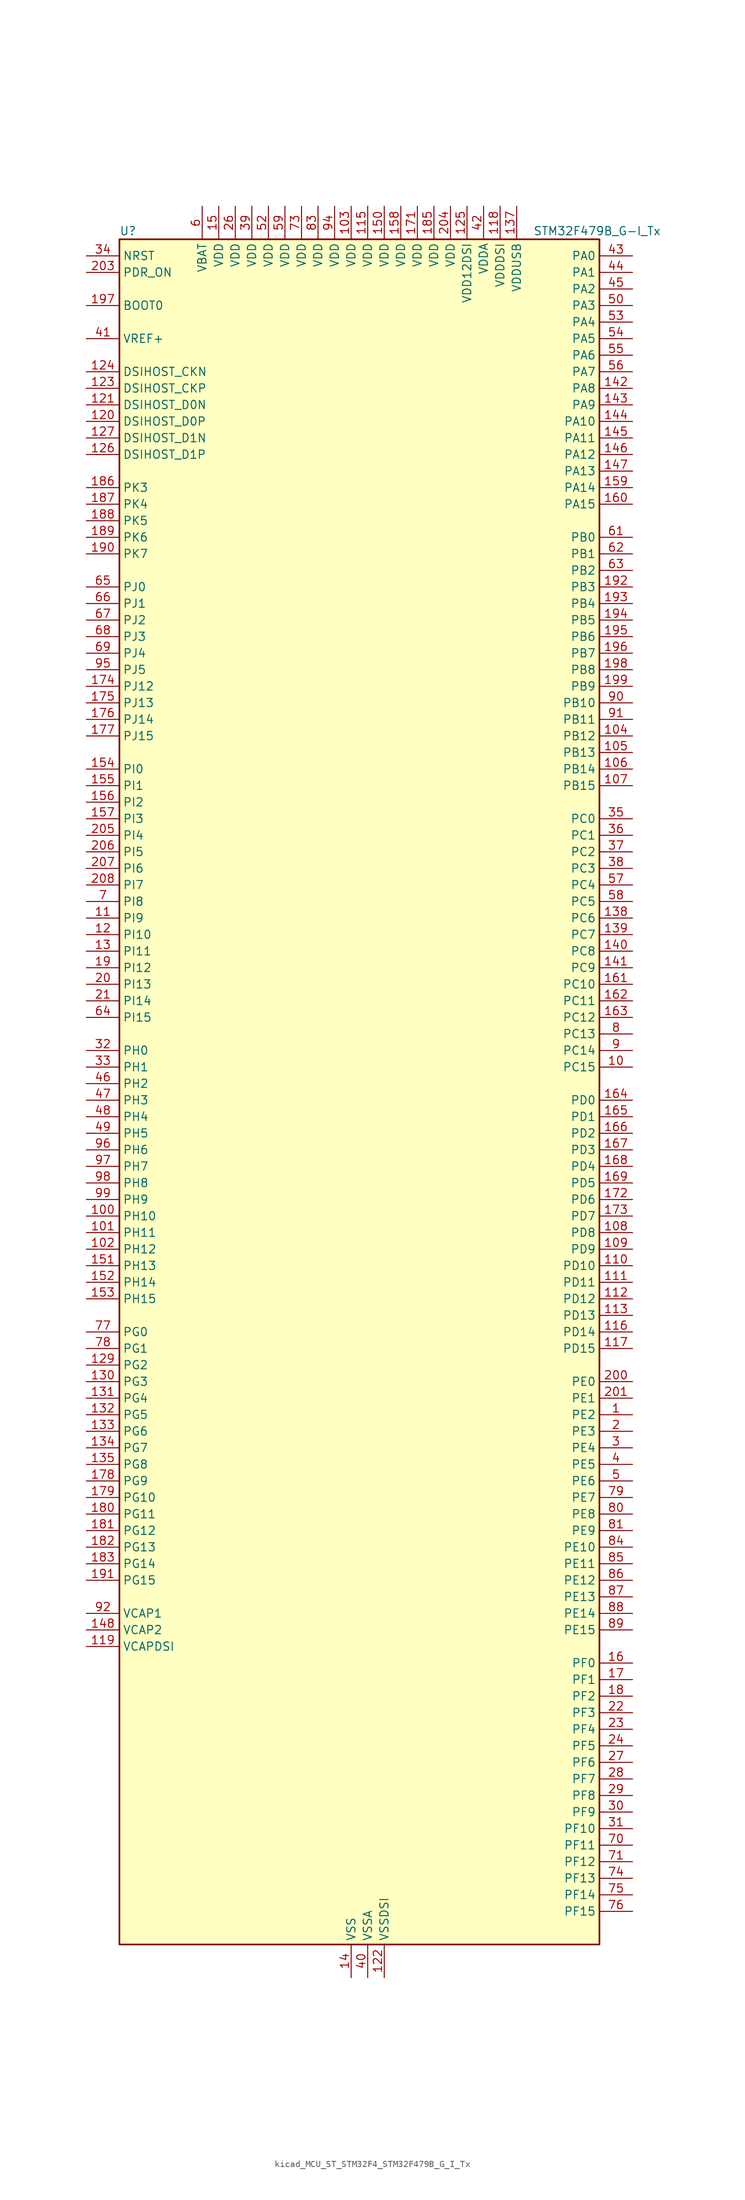
<source format=kicad_sym>
(kicad_symbol_lib
  (version 20220914)
  (generator kicad_symbol_editor)
  (symbol "kicad_MCU_ST_STM32F4_STM32F479B_G_I_Tx"
    (property "Reference" "U"
      (at -35.56 133.35 0)
      (effects (font (size 1.27 1.27)) (justify left)))
    (property "Value" "STM32F479B_G-I_Tx"
      (at 27.94 133.35 0)
      (effects (font (size 1.27 1.27)) (justify left)))
    (property "ki_locked" ""
      (at 0 0 0)
      (effects (font (size 1.27 1.27))))
    (symbol "kicad_MCU_ST_STM32F4_STM32F479B_G_I_Tx_0_1"
      (rectangle (start -35.56 -129.54) (end 38.1 132.08) (stroke (width 0.254) (type default)) (fill (type background))))
    (symbol "kicad_MCU_ST_STM32F4_STM32F479B_G_I_Tx_1_1"
      (pin bidirectional line (at 43.18 -48.26 180) (length 5.08) (name "PE2" (effects (font (size 1.27 1.27)))) (number "1" (effects (font (size 1.27 1.27)))) (alternate "ETH_TXD3" bidirectional line) (alternate "FMC_A23" bidirectional line) (alternate "QUADSPI_BK1_IO2" bidirectional line) (alternate "SAI1_MCLK_A" bidirectional line) (alternate "SPI4_SCK" bidirectional line) (alternate "SYS_TRACECLK" bidirectional line))
      (pin bidirectional line (at 43.18 5.08 180) (length 5.08) (name "PC15" (effects (font (size 1.27 1.27)))) (number "10" (effects (font (size 1.27 1.27)))) (alternate "ADC1_EXTI15" bidirectional line) (alternate "ADC2_EXTI15" bidirectional line) (alternate "ADC3_EXTI15" bidirectional line) (alternate "RCC_OSC32_OUT" bidirectional line))
      (pin bidirectional line (at -40.64 -17.78 0) (length 5.08) (name "PH10" (effects (font (size 1.27 1.27)))) (number "100" (effects (font (size 1.27 1.27)))) (alternate "DCMI_D1" bidirectional line) (alternate "FMC_D18" bidirectional line) (alternate "LTDC_R4" bidirectional line) (alternate "TIM5_CH1" bidirectional line))
      (pin bidirectional line (at -40.64 -20.32 0) (length 5.08) (name "PH11" (effects (font (size 1.27 1.27)))) (number "101" (effects (font (size 1.27 1.27)))) (alternate "ADC1_EXTI11" bidirectional line) (alternate "ADC2_EXTI11" bidirectional line) (alternate "ADC3_EXTI11" bidirectional line) (alternate "DCMI_D2" bidirectional line) (alternate "FMC_D19" bidirectional line) (alternate "LTDC_R5" bidirectional line) (alternate "TIM5_CH2" bidirectional line))
      (pin bidirectional line (at -40.64 -22.86 0) (length 5.08) (name "PH12" (effects (font (size 1.27 1.27)))) (number "102" (effects (font (size 1.27 1.27)))) (alternate "DCMI_D3" bidirectional line) (alternate "FMC_D20" bidirectional line) (alternate "LTDC_R6" bidirectional line) (alternate "TIM5_CH3" bidirectional line))
      (pin power_in line (at 0 137.16 270) (length 5.08) (name "VDD" (effects (font (size 1.27 1.27)))) (number "103" (effects (font (size 1.27 1.27)))))
      (pin bidirectional line (at 43.18 55.88 180) (length 5.08) (name "PB12" (effects (font (size 1.27 1.27)))) (number "104" (effects (font (size 1.27 1.27)))) (alternate "CAN2_RX" bidirectional line) (alternate "ETH_TXD0" bidirectional line) (alternate "I2C2_SMBA" bidirectional line) (alternate "I2S2_WS" bidirectional line) (alternate "SPI2_NSS" bidirectional line) (alternate "TIM1_BKIN" bidirectional line) (alternate "USART3_CK" bidirectional line) (alternate "USB_OTG_HS_ID" bidirectional line) (alternate "USB_OTG_HS_ULPI_D5" bidirectional line))
      (pin bidirectional line (at 43.18 53.34 180) (length 5.08) (name "PB13" (effects (font (size 1.27 1.27)))) (number "105" (effects (font (size 1.27 1.27)))) (alternate "CAN2_TX" bidirectional line) (alternate "ETH_TXD1" bidirectional line) (alternate "I2S2_CK" bidirectional line) (alternate "SPI2_SCK" bidirectional line) (alternate "TIM1_CH1N" bidirectional line) (alternate "USART3_CTS" bidirectional line) (alternate "USB_OTG_HS_ULPI_D6" bidirectional line) (alternate "USB_OTG_HS_VBUS" bidirectional line))
      (pin bidirectional line (at 43.18 50.8 180) (length 5.08) (name "PB14" (effects (font (size 1.27 1.27)))) (number "106" (effects (font (size 1.27 1.27)))) (alternate "I2S2_ext_SD" bidirectional line) (alternate "SPI2_MISO" bidirectional line) (alternate "TIM12_CH1" bidirectional line) (alternate "TIM1_CH2N" bidirectional line) (alternate "TIM8_CH2N" bidirectional line) (alternate "USART3_RTS" bidirectional line) (alternate "USB_OTG_HS_DM" bidirectional line))
      (pin bidirectional line (at 43.18 48.26 180) (length 5.08) (name "PB15" (effects (font (size 1.27 1.27)))) (number "107" (effects (font (size 1.27 1.27)))) (alternate "ADC1_EXTI15" bidirectional line) (alternate "ADC2_EXTI15" bidirectional line) (alternate "ADC3_EXTI15" bidirectional line) (alternate "I2S2_SD" bidirectional line) (alternate "RTC_REFIN" bidirectional line) (alternate "SPI2_MOSI" bidirectional line) (alternate "TIM12_CH2" bidirectional line) (alternate "TIM1_CH3N" bidirectional line) (alternate "TIM8_CH3N" bidirectional line) (alternate "USB_OTG_HS_DP" bidirectional line))
      (pin bidirectional line (at 43.18 -20.32 180) (length 5.08) (name "PD8" (effects (font (size 1.27 1.27)))) (number "108" (effects (font (size 1.27 1.27)))) (alternate "FMC_D13" bidirectional line) (alternate "FMC_DA13" bidirectional line) (alternate "USART3_TX" bidirectional line))
      (pin bidirectional line (at 43.18 -22.86 180) (length 5.08) (name "PD9" (effects (font (size 1.27 1.27)))) (number "109" (effects (font (size 1.27 1.27)))) (alternate "DAC_EXTI9" bidirectional line) (alternate "FMC_D14" bidirectional line) (alternate "FMC_DA14" bidirectional line) (alternate "USART3_RX" bidirectional line))
      (pin bidirectional line (at -40.64 27.94 0) (length 5.08) (name "PI9" (effects (font (size 1.27 1.27)))) (number "11" (effects (font (size 1.27 1.27)))) (alternate "CAN1_RX" bidirectional line) (alternate "DAC_EXTI9" bidirectional line) (alternate "FMC_D30" bidirectional line) (alternate "LTDC_VSYNC" bidirectional line))
      (pin bidirectional line (at 43.18 -25.4 180) (length 5.08) (name "PD10" (effects (font (size 1.27 1.27)))) (number "110" (effects (font (size 1.27 1.27)))) (alternate "FMC_D15" bidirectional line) (alternate "FMC_DA15" bidirectional line) (alternate "LTDC_B3" bidirectional line) (alternate "USART3_CK" bidirectional line))
      (pin bidirectional line (at 43.18 -27.94 180) (length 5.08) (name "PD11" (effects (font (size 1.27 1.27)))) (number "111" (effects (font (size 1.27 1.27)))) (alternate "ADC1_EXTI11" bidirectional line) (alternate "ADC2_EXTI11" bidirectional line) (alternate "ADC3_EXTI11" bidirectional line) (alternate "FMC_A16" bidirectional line) (alternate "FMC_CLE" bidirectional line) (alternate "QUADSPI_BK1_IO0" bidirectional line) (alternate "USART3_CTS" bidirectional line))
      (pin bidirectional line (at 43.18 -30.48 180) (length 5.08) (name "PD12" (effects (font (size 1.27 1.27)))) (number "112" (effects (font (size 1.27 1.27)))) (alternate "FMC_A17" bidirectional line) (alternate "FMC_ALE" bidirectional line) (alternate "QUADSPI_BK1_IO1" bidirectional line) (alternate "TIM4_CH1" bidirectional line) (alternate "USART3_RTS" bidirectional line))
      (pin bidirectional line (at 43.18 -33.02 180) (length 5.08) (name "PD13" (effects (font (size 1.27 1.27)))) (number "113" (effects (font (size 1.27 1.27)))) (alternate "FMC_A18" bidirectional line) (alternate "QUADSPI_BK1_IO3" bidirectional line) (alternate "TIM4_CH2" bidirectional line))
      (pin passive line (at 0 -134.62 90) (length 5.08) hide (name "VSS" (effects (font (size 1.27 1.27)))) (number "114" (effects (font (size 1.27 1.27)))))
      (pin power_in line (at 2.54 137.16 270) (length 5.08) (name "VDD" (effects (font (size 1.27 1.27)))) (number "115" (effects (font (size 1.27 1.27)))))
      (pin bidirectional line (at 43.18 -35.56 180) (length 5.08) (name "PD14" (effects (font (size 1.27 1.27)))) (number "116" (effects (font (size 1.27 1.27)))) (alternate "FMC_D0" bidirectional line) (alternate "FMC_DA0" bidirectional line) (alternate "TIM4_CH3" bidirectional line))
      (pin bidirectional line (at 43.18 -38.1 180) (length 5.08) (name "PD15" (effects (font (size 1.27 1.27)))) (number "117" (effects (font (size 1.27 1.27)))) (alternate "ADC1_EXTI15" bidirectional line) (alternate "ADC2_EXTI15" bidirectional line) (alternate "ADC3_EXTI15" bidirectional line) (alternate "FMC_D1" bidirectional line) (alternate "FMC_DA1" bidirectional line) (alternate "TIM4_CH4" bidirectional line))
      (pin power_in line (at 22.86 137.16 270) (length 5.08) (name "VDDDSI" (effects (font (size 1.27 1.27)))) (number "118" (effects (font (size 1.27 1.27)))))
      (pin power_out line (at -40.64 -83.82 0) (length 5.08) (name "VCAPDSI" (effects (font (size 1.27 1.27)))) (number "119" (effects (font (size 1.27 1.27)))))
      (pin bidirectional line (at -40.64 25.4 0) (length 5.08) (name "PI10" (effects (font (size 1.27 1.27)))) (number "12" (effects (font (size 1.27 1.27)))) (alternate "ETH_RX_ER" bidirectional line) (alternate "FMC_D31" bidirectional line) (alternate "LTDC_HSYNC" bidirectional line))
      (pin bidirectional line (at -40.64 104.14 0) (length 5.08) (name "DSIHOST_D0P" (effects (font (size 1.27 1.27)))) (number "120" (effects (font (size 1.27 1.27)))) (alternate "DSIHOST_D0P" bidirectional line))
      (pin bidirectional line (at -40.64 106.68 0) (length 5.08) (name "DSIHOST_D0N" (effects (font (size 1.27 1.27)))) (number "121" (effects (font (size 1.27 1.27)))) (alternate "DSIHOST_D0N" bidirectional line))
      (pin power_in line (at 5.08 -134.62 90) (length 5.08) (name "VSSDSI" (effects (font (size 1.27 1.27)))) (number "122" (effects (font (size 1.27 1.27)))))
      (pin bidirectional line (at -40.64 109.22 0) (length 5.08) (name "DSIHOST_CKP" (effects (font (size 1.27 1.27)))) (number "123" (effects (font (size 1.27 1.27)))) (alternate "DSIHOST_CKP" bidirectional line))
      (pin bidirectional line (at -40.64 111.76 0) (length 5.08) (name "DSIHOST_CKN" (effects (font (size 1.27 1.27)))) (number "124" (effects (font (size 1.27 1.27)))) (alternate "DSIHOST_CKN" bidirectional line))
      (pin power_in line (at 17.78 137.16 270) (length 5.08) (name "VDD12DSI" (effects (font (size 1.27 1.27)))) (number "125" (effects (font (size 1.27 1.27)))))
      (pin bidirectional line (at -40.64 99.06 0) (length 5.08) (name "DSIHOST_D1P" (effects (font (size 1.27 1.27)))) (number "126" (effects (font (size 1.27 1.27)))) (alternate "DSIHOST_D1P" bidirectional line))
      (pin bidirectional line (at -40.64 101.6 0) (length 5.08) (name "DSIHOST_D1N" (effects (font (size 1.27 1.27)))) (number "127" (effects (font (size 1.27 1.27)))) (alternate "DSIHOST_D1N" bidirectional line))
      (pin passive line (at 5.08 -134.62 90) (length 5.08) hide (name "VSSDSI" (effects (font (size 1.27 1.27)))) (number "128" (effects (font (size 1.27 1.27)))))
      (pin bidirectional line (at -40.64 -40.64 0) (length 5.08) (name "PG2" (effects (font (size 1.27 1.27)))) (number "129" (effects (font (size 1.27 1.27)))) (alternate "FMC_A12" bidirectional line))
      (pin bidirectional line (at -40.64 22.86 0) (length 5.08) (name "PI11" (effects (font (size 1.27 1.27)))) (number "13" (effects (font (size 1.27 1.27)))) (alternate "ADC1_EXTI11" bidirectional line) (alternate "ADC2_EXTI11" bidirectional line) (alternate "ADC3_EXTI11" bidirectional line) (alternate "LTDC_G6" bidirectional line) (alternate "USB_OTG_HS_ULPI_DIR" bidirectional line))
      (pin bidirectional line (at -40.64 -43.18 0) (length 5.08) (name "PG3" (effects (font (size 1.27 1.27)))) (number "130" (effects (font (size 1.27 1.27)))) (alternate "FMC_A13" bidirectional line))
      (pin bidirectional line (at -40.64 -45.72 0) (length 5.08) (name "PG4" (effects (font (size 1.27 1.27)))) (number "131" (effects (font (size 1.27 1.27)))) (alternate "FMC_A14" bidirectional line) (alternate "FMC_BA0" bidirectional line))
      (pin bidirectional line (at -40.64 -48.26 0) (length 5.08) (name "PG5" (effects (font (size 1.27 1.27)))) (number "132" (effects (font (size 1.27 1.27)))) (alternate "FMC_A15" bidirectional line) (alternate "FMC_BA1" bidirectional line))
      (pin bidirectional line (at -40.64 -50.8 0) (length 5.08) (name "PG6" (effects (font (size 1.27 1.27)))) (number "133" (effects (font (size 1.27 1.27)))) (alternate "DCMI_D12" bidirectional line) (alternate "LTDC_R7" bidirectional line))
      (pin bidirectional line (at -40.64 -53.34 0) (length 5.08) (name "PG7" (effects (font (size 1.27 1.27)))) (number "134" (effects (font (size 1.27 1.27)))) (alternate "DCMI_D13" bidirectional line) (alternate "FMC_INT" bidirectional line) (alternate "LTDC_CLK" bidirectional line) (alternate "SAI1_MCLK_A" bidirectional line) (alternate "USART6_CK" bidirectional line))
      (pin bidirectional line (at -40.64 -55.88 0) (length 5.08) (name "PG8" (effects (font (size 1.27 1.27)))) (number "135" (effects (font (size 1.27 1.27)))) (alternate "ETH_PPS_OUT" bidirectional line) (alternate "FMC_SDCLK" bidirectional line) (alternate "LTDC_G7" bidirectional line) (alternate "SPI6_NSS" bidirectional line) (alternate "USART6_RTS" bidirectional line))
      (pin passive line (at 0 -134.62 90) (length 5.08) hide (name "VSS" (effects (font (size 1.27 1.27)))) (number "136" (effects (font (size 1.27 1.27)))))
      (pin power_in line (at 25.4 137.16 270) (length 5.08) (name "VDDUSB" (effects (font (size 1.27 1.27)))) (number "137" (effects (font (size 1.27 1.27)))))
      (pin bidirectional line (at 43.18 27.94 180) (length 5.08) (name "PC6" (effects (font (size 1.27 1.27)))) (number "138" (effects (font (size 1.27 1.27)))) (alternate "DCMI_D0" bidirectional line) (alternate "I2S2_MCK" bidirectional line) (alternate "LTDC_HSYNC" bidirectional line) (alternate "SDIO_D6" bidirectional line) (alternate "TIM3_CH1" bidirectional line) (alternate "TIM8_CH1" bidirectional line) (alternate "USART6_TX" bidirectional line))
      (pin bidirectional line (at 43.18 25.4 180) (length 5.08) (name "PC7" (effects (font (size 1.27 1.27)))) (number "139" (effects (font (size 1.27 1.27)))) (alternate "DCMI_D1" bidirectional line) (alternate "I2S3_MCK" bidirectional line) (alternate "LTDC_G6" bidirectional line) (alternate "SDIO_D7" bidirectional line) (alternate "TIM3_CH2" bidirectional line) (alternate "TIM8_CH2" bidirectional line) (alternate "USART6_RX" bidirectional line))
      (pin power_in line (at 0 -134.62 90) (length 5.08) (name "VSS" (effects (font (size 1.27 1.27)))) (number "14" (effects (font (size 1.27 1.27)))))
      (pin bidirectional line (at 43.18 22.86 180) (length 5.08) (name "PC8" (effects (font (size 1.27 1.27)))) (number "140" (effects (font (size 1.27 1.27)))) (alternate "DCMI_D2" bidirectional line) (alternate "SDIO_D0" bidirectional line) (alternate "SYS_TRACED1" bidirectional line) (alternate "TIM3_CH3" bidirectional line) (alternate "TIM8_CH3" bidirectional line) (alternate "USART6_CK" bidirectional line))
      (pin bidirectional line (at 43.18 20.32 180) (length 5.08) (name "PC9" (effects (font (size 1.27 1.27)))) (number "141" (effects (font (size 1.27 1.27)))) (alternate "DAC_EXTI9" bidirectional line) (alternate "DCMI_D3" bidirectional line) (alternate "I2C3_SDA" bidirectional line) (alternate "I2S_CKIN" bidirectional line) (alternate "QUADSPI_BK1_IO0" bidirectional line) (alternate "RCC_MCO_2" bidirectional line) (alternate "SDIO_D1" bidirectional line) (alternate "TIM3_CH4" bidirectional line) (alternate "TIM8_CH4" bidirectional line))
      (pin bidirectional line (at 43.18 109.22 180) (length 5.08) (name "PA8" (effects (font (size 1.27 1.27)))) (number "142" (effects (font (size 1.27 1.27)))) (alternate "I2C3_SCL" bidirectional line) (alternate "LTDC_R6" bidirectional line) (alternate "RCC_MCO_1" bidirectional line) (alternate "TIM1_CH1" bidirectional line) (alternate "USART1_CK" bidirectional line) (alternate "USB_OTG_FS_SOF" bidirectional line))
      (pin bidirectional line (at 43.18 106.68 180) (length 5.08) (name "PA9" (effects (font (size 1.27 1.27)))) (number "143" (effects (font (size 1.27 1.27)))) (alternate "DAC_EXTI9" bidirectional line) (alternate "DCMI_D0" bidirectional line) (alternate "I2C3_SMBA" bidirectional line) (alternate "I2S2_CK" bidirectional line) (alternate "SPI2_SCK" bidirectional line) (alternate "TIM1_CH2" bidirectional line) (alternate "USART1_TX" bidirectional line) (alternate "USB_OTG_FS_VBUS" bidirectional line))
      (pin bidirectional line (at 43.18 104.14 180) (length 5.08) (name "PA10" (effects (font (size 1.27 1.27)))) (number "144" (effects (font (size 1.27 1.27)))) (alternate "DCMI_D1" bidirectional line) (alternate "TIM1_CH3" bidirectional line) (alternate "USART1_RX" bidirectional line) (alternate "USB_OTG_FS_ID" bidirectional line))
      (pin bidirectional line (at 43.18 101.6 180) (length 5.08) (name "PA11" (effects (font (size 1.27 1.27)))) (number "145" (effects (font (size 1.27 1.27)))) (alternate "ADC1_EXTI11" bidirectional line) (alternate "ADC2_EXTI11" bidirectional line) (alternate "ADC3_EXTI11" bidirectional line) (alternate "CAN1_RX" bidirectional line) (alternate "LTDC_R4" bidirectional line) (alternate "TIM1_CH4" bidirectional line) (alternate "USART1_CTS" bidirectional line) (alternate "USB_OTG_FS_DM" bidirectional line))
      (pin bidirectional line (at 43.18 99.06 180) (length 5.08) (name "PA12" (effects (font (size 1.27 1.27)))) (number "146" (effects (font (size 1.27 1.27)))) (alternate "CAN1_TX" bidirectional line) (alternate "LTDC_R5" bidirectional line) (alternate "TIM1_ETR" bidirectional line) (alternate "USART1_RTS" bidirectional line) (alternate "USB_OTG_FS_DP" bidirectional line))
      (pin bidirectional line (at 43.18 96.52 180) (length 5.08) (name "PA13" (effects (font (size 1.27 1.27)))) (number "147" (effects (font (size 1.27 1.27)))) (alternate "SYS_JTMS-SWDIO" bidirectional line))
      (pin power_out line (at -40.64 -81.28 0) (length 5.08) (name "VCAP2" (effects (font (size 1.27 1.27)))) (number "148" (effects (font (size 1.27 1.27)))))
      (pin passive line (at 0 -134.62 90) (length 5.08) hide (name "VSS" (effects (font (size 1.27 1.27)))) (number "149" (effects (font (size 1.27 1.27)))))
      (pin power_in line (at -20.32 137.16 270) (length 5.08) (name "VDD" (effects (font (size 1.27 1.27)))) (number "15" (effects (font (size 1.27 1.27)))))
      (pin power_in line (at 5.08 137.16 270) (length 5.08) (name "VDD" (effects (font (size 1.27 1.27)))) (number "150" (effects (font (size 1.27 1.27)))))
      (pin bidirectional line (at -40.64 -25.4 0) (length 5.08) (name "PH13" (effects (font (size 1.27 1.27)))) (number "151" (effects (font (size 1.27 1.27)))) (alternate "CAN1_TX" bidirectional line) (alternate "FMC_D21" bidirectional line) (alternate "LTDC_G2" bidirectional line) (alternate "TIM8_CH1N" bidirectional line))
      (pin bidirectional line (at -40.64 -27.94 0) (length 5.08) (name "PH14" (effects (font (size 1.27 1.27)))) (number "152" (effects (font (size 1.27 1.27)))) (alternate "DCMI_D4" bidirectional line) (alternate "FMC_D22" bidirectional line) (alternate "LTDC_G3" bidirectional line) (alternate "TIM8_CH2N" bidirectional line))
      (pin bidirectional line (at -40.64 -30.48 0) (length 5.08) (name "PH15" (effects (font (size 1.27 1.27)))) (number "153" (effects (font (size 1.27 1.27)))) (alternate "ADC1_EXTI15" bidirectional line) (alternate "ADC2_EXTI15" bidirectional line) (alternate "ADC3_EXTI15" bidirectional line) (alternate "DCMI_D11" bidirectional line) (alternate "FMC_D23" bidirectional line) (alternate "LTDC_G4" bidirectional line) (alternate "TIM8_CH3N" bidirectional line))
      (pin bidirectional line (at -40.64 50.8 0) (length 5.08) (name "PI0" (effects (font (size 1.27 1.27)))) (number "154" (effects (font (size 1.27 1.27)))) (alternate "DCMI_D13" bidirectional line) (alternate "FMC_D24" bidirectional line) (alternate "I2S2_WS" bidirectional line) (alternate "LTDC_G5" bidirectional line) (alternate "SPI2_NSS" bidirectional line) (alternate "TIM5_CH4" bidirectional line))
      (pin bidirectional line (at -40.64 48.26 0) (length 5.08) (name "PI1" (effects (font (size 1.27 1.27)))) (number "155" (effects (font (size 1.27 1.27)))) (alternate "DCMI_D8" bidirectional line) (alternate "FMC_D25" bidirectional line) (alternate "I2S2_CK" bidirectional line) (alternate "LTDC_G6" bidirectional line) (alternate "SPI2_SCK" bidirectional line))
      (pin bidirectional line (at -40.64 45.72 0) (length 5.08) (name "PI2" (effects (font (size 1.27 1.27)))) (number "156" (effects (font (size 1.27 1.27)))) (alternate "DCMI_D9" bidirectional line) (alternate "FMC_D26" bidirectional line) (alternate "I2S2_ext_SD" bidirectional line) (alternate "LTDC_G7" bidirectional line) (alternate "SPI2_MISO" bidirectional line) (alternate "TIM8_CH4" bidirectional line))
      (pin bidirectional line (at -40.64 43.18 0) (length 5.08) (name "PI3" (effects (font (size 1.27 1.27)))) (number "157" (effects (font (size 1.27 1.27)))) (alternate "DCMI_D10" bidirectional line) (alternate "FMC_D27" bidirectional line) (alternate "I2S2_SD" bidirectional line) (alternate "SPI2_MOSI" bidirectional line) (alternate "TIM8_ETR" bidirectional line))
      (pin power_in line (at 7.62 137.16 270) (length 5.08) (name "VDD" (effects (font (size 1.27 1.27)))) (number "158" (effects (font (size 1.27 1.27)))))
      (pin bidirectional line (at 43.18 93.98 180) (length 5.08) (name "PA14" (effects (font (size 1.27 1.27)))) (number "159" (effects (font (size 1.27 1.27)))) (alternate "SYS_JTCK-SWCLK" bidirectional line))
      (pin bidirectional line (at 43.18 -86.36 180) (length 5.08) (name "PF0" (effects (font (size 1.27 1.27)))) (number "16" (effects (font (size 1.27 1.27)))) (alternate "FMC_A0" bidirectional line) (alternate "I2C2_SDA" bidirectional line))
      (pin bidirectional line (at 43.18 91.44 180) (length 5.08) (name "PA15" (effects (font (size 1.27 1.27)))) (number "160" (effects (font (size 1.27 1.27)))) (alternate "ADC1_EXTI15" bidirectional line) (alternate "ADC2_EXTI15" bidirectional line) (alternate "ADC3_EXTI15" bidirectional line) (alternate "I2S3_WS" bidirectional line) (alternate "SPI1_NSS" bidirectional line) (alternate "SPI3_NSS" bidirectional line) (alternate "SYS_JTDI" bidirectional line) (alternate "TIM2_CH1" bidirectional line) (alternate "TIM2_ETR" bidirectional line))
      (pin bidirectional line (at 43.18 17.78 180) (length 5.08) (name "PC10" (effects (font (size 1.27 1.27)))) (number "161" (effects (font (size 1.27 1.27)))) (alternate "DCMI_D8" bidirectional line) (alternate "I2S3_CK" bidirectional line) (alternate "LTDC_R2" bidirectional line) (alternate "QUADSPI_BK1_IO1" bidirectional line) (alternate "SDIO_D2" bidirectional line) (alternate "SPI3_SCK" bidirectional line) (alternate "UART4_TX" bidirectional line) (alternate "USART3_TX" bidirectional line))
      (pin bidirectional line (at 43.18 15.24 180) (length 5.08) (name "PC11" (effects (font (size 1.27 1.27)))) (number "162" (effects (font (size 1.27 1.27)))) (alternate "ADC1_EXTI11" bidirectional line) (alternate "ADC2_EXTI11" bidirectional line) (alternate "ADC3_EXTI11" bidirectional line) (alternate "DCMI_D4" bidirectional line) (alternate "I2S3_ext_SD" bidirectional line) (alternate "QUADSPI_BK2_NCS" bidirectional line) (alternate "SDIO_D3" bidirectional line) (alternate "SPI3_MISO" bidirectional line) (alternate "UART4_RX" bidirectional line) (alternate "USART3_RX" bidirectional line))
      (pin bidirectional line (at 43.18 12.7 180) (length 5.08) (name "PC12" (effects (font (size 1.27 1.27)))) (number "163" (effects (font (size 1.27 1.27)))) (alternate "DCMI_D9" bidirectional line) (alternate "I2S3_SD" bidirectional line) (alternate "SDIO_CK" bidirectional line) (alternate "SPI3_MOSI" bidirectional line) (alternate "SYS_TRACED3" bidirectional line) (alternate "UART5_TX" bidirectional line) (alternate "USART3_CK" bidirectional line))
      (pin bidirectional line (at 43.18 0 180) (length 5.08) (name "PD0" (effects (font (size 1.27 1.27)))) (number "164" (effects (font (size 1.27 1.27)))) (alternate "CAN1_RX" bidirectional line) (alternate "FMC_D2" bidirectional line) (alternate "FMC_DA2" bidirectional line))
      (pin bidirectional line (at 43.18 -2.54 180) (length 5.08) (name "PD1" (effects (font (size 1.27 1.27)))) (number "165" (effects (font (size 1.27 1.27)))) (alternate "CAN1_TX" bidirectional line) (alternate "FMC_D3" bidirectional line) (alternate "FMC_DA3" bidirectional line))
      (pin bidirectional line (at 43.18 -5.08 180) (length 5.08) (name "PD2" (effects (font (size 1.27 1.27)))) (number "166" (effects (font (size 1.27 1.27)))) (alternate "DCMI_D11" bidirectional line) (alternate "SDIO_CMD" bidirectional line) (alternate "SYS_TRACED2" bidirectional line) (alternate "TIM3_ETR" bidirectional line) (alternate "UART5_RX" bidirectional line))
      (pin bidirectional line (at 43.18 -7.62 180) (length 5.08) (name "PD3" (effects (font (size 1.27 1.27)))) (number "167" (effects (font (size 1.27 1.27)))) (alternate "DCMI_D5" bidirectional line) (alternate "FMC_CLK" bidirectional line) (alternate "I2S2_CK" bidirectional line) (alternate "LTDC_G7" bidirectional line) (alternate "SPI2_SCK" bidirectional line) (alternate "USART2_CTS" bidirectional line))
      (pin bidirectional line (at 43.18 -10.16 180) (length 5.08) (name "PD4" (effects (font (size 1.27 1.27)))) (number "168" (effects (font (size 1.27 1.27)))) (alternate "FMC_NOE" bidirectional line) (alternate "USART2_RTS" bidirectional line))
      (pin bidirectional line (at 43.18 -12.7 180) (length 5.08) (name "PD5" (effects (font (size 1.27 1.27)))) (number "169" (effects (font (size 1.27 1.27)))) (alternate "FMC_NWE" bidirectional line) (alternate "USART2_TX" bidirectional line))
      (pin bidirectional line (at 43.18 -88.9 180) (length 5.08) (name "PF1" (effects (font (size 1.27 1.27)))) (number "17" (effects (font (size 1.27 1.27)))) (alternate "FMC_A1" bidirectional line) (alternate "I2C2_SCL" bidirectional line))
      (pin passive line (at 0 -134.62 90) (length 5.08) hide (name "VSS" (effects (font (size 1.27 1.27)))) (number "170" (effects (font (size 1.27 1.27)))))
      (pin power_in line (at 10.16 137.16 270) (length 5.08) (name "VDD" (effects (font (size 1.27 1.27)))) (number "171" (effects (font (size 1.27 1.27)))))
      (pin bidirectional line (at 43.18 -15.24 180) (length 5.08) (name "PD6" (effects (font (size 1.27 1.27)))) (number "172" (effects (font (size 1.27 1.27)))) (alternate "DCMI_D10" bidirectional line) (alternate "FMC_NWAIT" bidirectional line) (alternate "I2S3_SD" bidirectional line) (alternate "LTDC_B2" bidirectional line) (alternate "SAI1_SD_A" bidirectional line) (alternate "SPI3_MOSI" bidirectional line) (alternate "USART2_RX" bidirectional line))
      (pin bidirectional line (at 43.18 -17.78 180) (length 5.08) (name "PD7" (effects (font (size 1.27 1.27)))) (number "173" (effects (font (size 1.27 1.27)))) (alternate "FMC_NE1" bidirectional line) (alternate "USART2_CK" bidirectional line))
      (pin bidirectional line (at -40.64 63.5 0) (length 5.08) (name "PJ12" (effects (font (size 1.27 1.27)))) (number "174" (effects (font (size 1.27 1.27)))) (alternate "LTDC_B0" bidirectional line) (alternate "LTDC_G3" bidirectional line))
      (pin bidirectional line (at -40.64 60.96 0) (length 5.08) (name "PJ13" (effects (font (size 1.27 1.27)))) (number "175" (effects (font (size 1.27 1.27)))) (alternate "LTDC_B1" bidirectional line) (alternate "LTDC_G4" bidirectional line))
      (pin bidirectional line (at -40.64 58.42 0) (length 5.08) (name "PJ14" (effects (font (size 1.27 1.27)))) (number "176" (effects (font (size 1.27 1.27)))) (alternate "LTDC_B2" bidirectional line))
      (pin bidirectional line (at -40.64 55.88 0) (length 5.08) (name "PJ15" (effects (font (size 1.27 1.27)))) (number "177" (effects (font (size 1.27 1.27)))) (alternate "ADC1_EXTI15" bidirectional line) (alternate "ADC2_EXTI15" bidirectional line) (alternate "ADC3_EXTI15" bidirectional line) (alternate "LTDC_B3" bidirectional line))
      (pin bidirectional line (at -40.64 -58.42 0) (length 5.08) (name "PG9" (effects (font (size 1.27 1.27)))) (number "178" (effects (font (size 1.27 1.27)))) (alternate "DAC_EXTI9" bidirectional line) (alternate "DCMI_VSYNC" bidirectional line) (alternate "FMC_NCE" bidirectional line) (alternate "FMC_NE2" bidirectional line) (alternate "QUADSPI_BK2_IO2" bidirectional line) (alternate "USART6_RX" bidirectional line))
      (pin bidirectional line (at -40.64 -60.96 0) (length 5.08) (name "PG10" (effects (font (size 1.27 1.27)))) (number "179" (effects (font (size 1.27 1.27)))) (alternate "DCMI_D2" bidirectional line) (alternate "FMC_NE3" bidirectional line) (alternate "LTDC_B2" bidirectional line) (alternate "LTDC_G3" bidirectional line))
      (pin bidirectional line (at 43.18 -91.44 180) (length 5.08) (name "PF2" (effects (font (size 1.27 1.27)))) (number "18" (effects (font (size 1.27 1.27)))) (alternate "FMC_A2" bidirectional line) (alternate "I2C2_SMBA" bidirectional line))
      (pin bidirectional line (at -40.64 -63.5 0) (length 5.08) (name "PG11" (effects (font (size 1.27 1.27)))) (number "180" (effects (font (size 1.27 1.27)))) (alternate "ADC1_EXTI11" bidirectional line) (alternate "ADC2_EXTI11" bidirectional line) (alternate "ADC3_EXTI11" bidirectional line) (alternate "DCMI_D3" bidirectional line) (alternate "ETH_TX_EN" bidirectional line) (alternate "LTDC_B3" bidirectional line))
      (pin bidirectional line (at -40.64 -66.04 0) (length 5.08) (name "PG12" (effects (font (size 1.27 1.27)))) (number "181" (effects (font (size 1.27 1.27)))) (alternate "FMC_NE4" bidirectional line) (alternate "LTDC_B1" bidirectional line) (alternate "LTDC_B4" bidirectional line) (alternate "SPI6_MISO" bidirectional line) (alternate "USART6_RTS" bidirectional line))
      (pin bidirectional line (at -40.64 -68.58 0) (length 5.08) (name "PG13" (effects (font (size 1.27 1.27)))) (number "182" (effects (font (size 1.27 1.27)))) (alternate "ETH_TXD0" bidirectional line) (alternate "FMC_A24" bidirectional line) (alternate "LTDC_R0" bidirectional line) (alternate "SPI6_SCK" bidirectional line) (alternate "SYS_TRACED0" bidirectional line) (alternate "USART6_CTS" bidirectional line))
      (pin bidirectional line (at -40.64 -71.12 0) (length 5.08) (name "PG14" (effects (font (size 1.27 1.27)))) (number "183" (effects (font (size 1.27 1.27)))) (alternate "ETH_TXD1" bidirectional line) (alternate "FMC_A25" bidirectional line) (alternate "LTDC_B0" bidirectional line) (alternate "QUADSPI_BK2_IO3" bidirectional line) (alternate "SPI6_MOSI" bidirectional line) (alternate "SYS_TRACED1" bidirectional line) (alternate "USART6_TX" bidirectional line))
      (pin passive line (at 0 -134.62 90) (length 5.08) hide (name "VSS" (effects (font (size 1.27 1.27)))) (number "184" (effects (font (size 1.27 1.27)))))
      (pin power_in line (at 12.7 137.16 270) (length 5.08) (name "VDD" (effects (font (size 1.27 1.27)))) (number "185" (effects (font (size 1.27 1.27)))))
      (pin bidirectional line (at -40.64 93.98 0) (length 5.08) (name "PK3" (effects (font (size 1.27 1.27)))) (number "186" (effects (font (size 1.27 1.27)))) (alternate "LTDC_B4" bidirectional line))
      (pin bidirectional line (at -40.64 91.44 0) (length 5.08) (name "PK4" (effects (font (size 1.27 1.27)))) (number "187" (effects (font (size 1.27 1.27)))) (alternate "LTDC_B5" bidirectional line))
      (pin bidirectional line (at -40.64 88.9 0) (length 5.08) (name "PK5" (effects (font (size 1.27 1.27)))) (number "188" (effects (font (size 1.27 1.27)))) (alternate "LTDC_B6" bidirectional line))
      (pin bidirectional line (at -40.64 86.36 0) (length 5.08) (name "PK6" (effects (font (size 1.27 1.27)))) (number "189" (effects (font (size 1.27 1.27)))) (alternate "LTDC_B7" bidirectional line))
      (pin bidirectional line (at -40.64 20.32 0) (length 5.08) (name "PI12" (effects (font (size 1.27 1.27)))) (number "19" (effects (font (size 1.27 1.27)))) (alternate "LTDC_HSYNC" bidirectional line))
      (pin bidirectional line (at -40.64 83.82 0) (length 5.08) (name "PK7" (effects (font (size 1.27 1.27)))) (number "190" (effects (font (size 1.27 1.27)))) (alternate "LTDC_DE" bidirectional line))
      (pin bidirectional line (at -40.64 -73.66 0) (length 5.08) (name "PG15" (effects (font (size 1.27 1.27)))) (number "191" (effects (font (size 1.27 1.27)))) (alternate "ADC1_EXTI15" bidirectional line) (alternate "ADC2_EXTI15" bidirectional line) (alternate "ADC3_EXTI15" bidirectional line) (alternate "DCMI_D13" bidirectional line) (alternate "FMC_SDNCAS" bidirectional line) (alternate "USART6_CTS" bidirectional line))
      (pin bidirectional line (at 43.18 78.74 180) (length 5.08) (name "PB3" (effects (font (size 1.27 1.27)))) (number "192" (effects (font (size 1.27 1.27)))) (alternate "I2S3_CK" bidirectional line) (alternate "SPI1_SCK" bidirectional line) (alternate "SPI3_SCK" bidirectional line) (alternate "SYS_JTDO-SWO" bidirectional line) (alternate "TIM2_CH2" bidirectional line))
      (pin bidirectional line (at 43.18 76.2 180) (length 5.08) (name "PB4" (effects (font (size 1.27 1.27)))) (number "193" (effects (font (size 1.27 1.27)))) (alternate "I2S3_ext_SD" bidirectional line) (alternate "SPI1_MISO" bidirectional line) (alternate "SPI3_MISO" bidirectional line) (alternate "SYS_JTRST" bidirectional line) (alternate "TIM3_CH1" bidirectional line))
      (pin bidirectional line (at 43.18 73.66 180) (length 5.08) (name "PB5" (effects (font (size 1.27 1.27)))) (number "194" (effects (font (size 1.27 1.27)))) (alternate "CAN2_RX" bidirectional line) (alternate "DCMI_D10" bidirectional line) (alternate "ETH_PPS_OUT" bidirectional line) (alternate "FMC_SDCKE1" bidirectional line) (alternate "I2C1_SMBA" bidirectional line) (alternate "I2S3_SD" bidirectional line) (alternate "LTDC_G7" bidirectional line) (alternate "SPI1_MOSI" bidirectional line) (alternate "SPI3_MOSI" bidirectional line) (alternate "TIM3_CH2" bidirectional line) (alternate "USB_OTG_HS_ULPI_D7" bidirectional line))
      (pin bidirectional line (at 43.18 71.12 180) (length 5.08) (name "PB6" (effects (font (size 1.27 1.27)))) (number "195" (effects (font (size 1.27 1.27)))) (alternate "CAN2_TX" bidirectional line) (alternate "DCMI_D5" bidirectional line) (alternate "FMC_SDNE1" bidirectional line) (alternate "I2C1_SCL" bidirectional line) (alternate "QUADSPI_BK1_NCS" bidirectional line) (alternate "TIM4_CH1" bidirectional line) (alternate "USART1_TX" bidirectional line))
      (pin bidirectional line (at 43.18 68.58 180) (length 5.08) (name "PB7" (effects (font (size 1.27 1.27)))) (number "196" (effects (font (size 1.27 1.27)))) (alternate "DCMI_VSYNC" bidirectional line) (alternate "FMC_NL" bidirectional line) (alternate "I2C1_SDA" bidirectional line) (alternate "TIM4_CH2" bidirectional line) (alternate "USART1_RX" bidirectional line))
      (pin input line (at -40.64 121.92 0) (length 5.08) (name "BOOT0" (effects (font (size 1.27 1.27)))) (number "197" (effects (font (size 1.27 1.27)))))
      (pin bidirectional line (at 43.18 66.04 180) (length 5.08) (name "PB8" (effects (font (size 1.27 1.27)))) (number "198" (effects (font (size 1.27 1.27)))) (alternate "CAN1_RX" bidirectional line) (alternate "DCMI_D6" bidirectional line) (alternate "ETH_TXD3" bidirectional line) (alternate "I2C1_SCL" bidirectional line) (alternate "LTDC_B6" bidirectional line) (alternate "SDIO_D4" bidirectional line) (alternate "TIM10_CH1" bidirectional line) (alternate "TIM4_CH3" bidirectional line))
      (pin bidirectional line (at 43.18 63.5 180) (length 5.08) (name "PB9" (effects (font (size 1.27 1.27)))) (number "199" (effects (font (size 1.27 1.27)))) (alternate "CAN1_TX" bidirectional line) (alternate "DAC_EXTI9" bidirectional line) (alternate "DCMI_D7" bidirectional line) (alternate "I2C1_SDA" bidirectional line) (alternate "I2S2_WS" bidirectional line) (alternate "LTDC_B7" bidirectional line) (alternate "SDIO_D5" bidirectional line) (alternate "SPI2_NSS" bidirectional line) (alternate "TIM11_CH1" bidirectional line) (alternate "TIM4_CH4" bidirectional line))
      (pin bidirectional line (at 43.18 -50.8 180) (length 5.08) (name "PE3" (effects (font (size 1.27 1.27)))) (number "2" (effects (font (size 1.27 1.27)))) (alternate "FMC_A19" bidirectional line) (alternate "SAI1_SD_B" bidirectional line) (alternate "SYS_TRACED0" bidirectional line))
      (pin bidirectional line (at -40.64 17.78 0) (length 5.08) (name "PI13" (effects (font (size 1.27 1.27)))) (number "20" (effects (font (size 1.27 1.27)))) (alternate "LTDC_VSYNC" bidirectional line))
      (pin bidirectional line (at 43.18 -43.18 180) (length 5.08) (name "PE0" (effects (font (size 1.27 1.27)))) (number "200" (effects (font (size 1.27 1.27)))) (alternate "DCMI_D2" bidirectional line) (alternate "FMC_NBL0" bidirectional line) (alternate "TIM4_ETR" bidirectional line) (alternate "UART8_RX" bidirectional line))
      (pin bidirectional line (at 43.18 -45.72 180) (length 5.08) (name "PE1" (effects (font (size 1.27 1.27)))) (number "201" (effects (font (size 1.27 1.27)))) (alternate "DCMI_D3" bidirectional line) (alternate "FMC_NBL1" bidirectional line) (alternate "UART8_TX" bidirectional line))
      (pin passive line (at 0 -134.62 90) (length 5.08) hide (name "VSS" (effects (font (size 1.27 1.27)))) (number "202" (effects (font (size 1.27 1.27)))))
      (pin input line (at -40.64 127 0) (length 5.08) (name "PDR_ON" (effects (font (size 1.27 1.27)))) (number "203" (effects (font (size 1.27 1.27)))))
      (pin power_in line (at 15.24 137.16 270) (length 5.08) (name "VDD" (effects (font (size 1.27 1.27)))) (number "204" (effects (font (size 1.27 1.27)))))
      (pin bidirectional line (at -40.64 40.64 0) (length 5.08) (name "PI4" (effects (font (size 1.27 1.27)))) (number "205" (effects (font (size 1.27 1.27)))) (alternate "DCMI_D5" bidirectional line) (alternate "FMC_NBL2" bidirectional line) (alternate "LTDC_B4" bidirectional line) (alternate "TIM8_BKIN" bidirectional line))
      (pin bidirectional line (at -40.64 38.1 0) (length 5.08) (name "PI5" (effects (font (size 1.27 1.27)))) (number "206" (effects (font (size 1.27 1.27)))) (alternate "DCMI_VSYNC" bidirectional line) (alternate "FMC_NBL3" bidirectional line) (alternate "LTDC_B5" bidirectional line) (alternate "TIM8_CH1" bidirectional line))
      (pin bidirectional line (at -40.64 35.56 0) (length 5.08) (name "PI6" (effects (font (size 1.27 1.27)))) (number "207" (effects (font (size 1.27 1.27)))) (alternate "DCMI_D6" bidirectional line) (alternate "FMC_D28" bidirectional line) (alternate "LTDC_B6" bidirectional line) (alternate "TIM8_CH2" bidirectional line))
      (pin bidirectional line (at -40.64 33.02 0) (length 5.08) (name "PI7" (effects (font (size 1.27 1.27)))) (number "208" (effects (font (size 1.27 1.27)))) (alternate "DCMI_D7" bidirectional line) (alternate "FMC_D29" bidirectional line) (alternate "LTDC_B7" bidirectional line) (alternate "TIM8_CH3" bidirectional line))
      (pin bidirectional line (at -40.64 15.24 0) (length 5.08) (name "PI14" (effects (font (size 1.27 1.27)))) (number "21" (effects (font (size 1.27 1.27)))) (alternate "LTDC_CLK" bidirectional line))
      (pin bidirectional line (at 43.18 -93.98 180) (length 5.08) (name "PF3" (effects (font (size 1.27 1.27)))) (number "22" (effects (font (size 1.27 1.27)))) (alternate "ADC3_IN9" bidirectional line) (alternate "FMC_A3" bidirectional line))
      (pin bidirectional line (at 43.18 -96.52 180) (length 5.08) (name "PF4" (effects (font (size 1.27 1.27)))) (number "23" (effects (font (size 1.27 1.27)))) (alternate "ADC3_IN14" bidirectional line) (alternate "FMC_A4" bidirectional line))
      (pin bidirectional line (at 43.18 -99.06 180) (length 5.08) (name "PF5" (effects (font (size 1.27 1.27)))) (number "24" (effects (font (size 1.27 1.27)))) (alternate "ADC3_IN15" bidirectional line) (alternate "FMC_A5" bidirectional line))
      (pin passive line (at 0 -134.62 90) (length 5.08) hide (name "VSS" (effects (font (size 1.27 1.27)))) (number "25" (effects (font (size 1.27 1.27)))))
      (pin power_in line (at -17.78 137.16 270) (length 5.08) (name "VDD" (effects (font (size 1.27 1.27)))) (number "26" (effects (font (size 1.27 1.27)))))
      (pin bidirectional line (at 43.18 -101.6 180) (length 5.08) (name "PF6" (effects (font (size 1.27 1.27)))) (number "27" (effects (font (size 1.27 1.27)))) (alternate "ADC3_IN4" bidirectional line) (alternate "QUADSPI_BK1_IO3" bidirectional line) (alternate "SAI1_SD_B" bidirectional line) (alternate "SPI5_NSS" bidirectional line) (alternate "TIM10_CH1" bidirectional line) (alternate "UART7_RX" bidirectional line))
      (pin bidirectional line (at 43.18 -104.14 180) (length 5.08) (name "PF7" (effects (font (size 1.27 1.27)))) (number "28" (effects (font (size 1.27 1.27)))) (alternate "ADC3_IN5" bidirectional line) (alternate "QUADSPI_BK1_IO2" bidirectional line) (alternate "SAI1_MCLK_B" bidirectional line) (alternate "SPI5_SCK" bidirectional line) (alternate "TIM11_CH1" bidirectional line) (alternate "UART7_TX" bidirectional line))
      (pin bidirectional line (at 43.18 -106.68 180) (length 5.08) (name "PF8" (effects (font (size 1.27 1.27)))) (number "29" (effects (font (size 1.27 1.27)))) (alternate "ADC3_IN6" bidirectional line) (alternate "QUADSPI_BK1_IO0" bidirectional line) (alternate "SAI1_SCK_B" bidirectional line) (alternate "SPI5_MISO" bidirectional line) (alternate "TIM13_CH1" bidirectional line))
      (pin bidirectional line (at 43.18 -53.34 180) (length 5.08) (name "PE4" (effects (font (size 1.27 1.27)))) (number "3" (effects (font (size 1.27 1.27)))) (alternate "DCMI_D4" bidirectional line) (alternate "FMC_A20" bidirectional line) (alternate "LTDC_B0" bidirectional line) (alternate "SAI1_FS_A" bidirectional line) (alternate "SPI4_NSS" bidirectional line) (alternate "SYS_TRACED1" bidirectional line))
      (pin bidirectional line (at 43.18 -109.22 180) (length 5.08) (name "PF9" (effects (font (size 1.27 1.27)))) (number "30" (effects (font (size 1.27 1.27)))) (alternate "ADC3_IN7" bidirectional line) (alternate "DAC_EXTI9" bidirectional line) (alternate "QUADSPI_BK1_IO1" bidirectional line) (alternate "SAI1_FS_B" bidirectional line) (alternate "SPI5_MOSI" bidirectional line) (alternate "TIM14_CH1" bidirectional line))
      (pin bidirectional line (at 43.18 -111.76 180) (length 5.08) (name "PF10" (effects (font (size 1.27 1.27)))) (number "31" (effects (font (size 1.27 1.27)))) (alternate "ADC3_IN8" bidirectional line) (alternate "DCMI_D11" bidirectional line) (alternate "LTDC_DE" bidirectional line) (alternate "QUADSPI_CLK" bidirectional line))
      (pin bidirectional line (at -40.64 7.62 0) (length 5.08) (name "PH0" (effects (font (size 1.27 1.27)))) (number "32" (effects (font (size 1.27 1.27)))) (alternate "RCC_OSC_IN" bidirectional line))
      (pin bidirectional line (at -40.64 5.08 0) (length 5.08) (name "PH1" (effects (font (size 1.27 1.27)))) (number "33" (effects (font (size 1.27 1.27)))) (alternate "RCC_OSC_OUT" bidirectional line))
      (pin input line (at -40.64 129.54 0) (length 5.08) (name "NRST" (effects (font (size 1.27 1.27)))) (number "34" (effects (font (size 1.27 1.27)))))
      (pin bidirectional line (at 43.18 43.18 180) (length 5.08) (name "PC0" (effects (font (size 1.27 1.27)))) (number "35" (effects (font (size 1.27 1.27)))) (alternate "ADC1_IN10" bidirectional line) (alternate "ADC2_IN10" bidirectional line) (alternate "ADC3_IN10" bidirectional line) (alternate "FMC_SDNWE" bidirectional line) (alternate "LTDC_R5" bidirectional line) (alternate "USB_OTG_HS_ULPI_STP" bidirectional line))
      (pin bidirectional line (at 43.18 40.64 180) (length 5.08) (name "PC1" (effects (font (size 1.27 1.27)))) (number "36" (effects (font (size 1.27 1.27)))) (alternate "ADC1_IN11" bidirectional line) (alternate "ADC2_IN11" bidirectional line) (alternate "ADC3_IN11" bidirectional line) (alternate "ETH_MDC" bidirectional line) (alternate "I2S2_SD" bidirectional line) (alternate "SAI1_SD_A" bidirectional line) (alternate "SPI2_MOSI" bidirectional line) (alternate "SYS_TRACED0" bidirectional line))
      (pin bidirectional line (at 43.18 38.1 180) (length 5.08) (name "PC2" (effects (font (size 1.27 1.27)))) (number "37" (effects (font (size 1.27 1.27)))) (alternate "ADC1_IN12" bidirectional line) (alternate "ADC2_IN12" bidirectional line) (alternate "ADC3_IN12" bidirectional line) (alternate "ETH_TXD2" bidirectional line) (alternate "FMC_SDNE0" bidirectional line) (alternate "I2S2_ext_SD" bidirectional line) (alternate "SPI2_MISO" bidirectional line) (alternate "USB_OTG_HS_ULPI_DIR" bidirectional line))
      (pin bidirectional line (at 43.18 35.56 180) (length 5.08) (name "PC3" (effects (font (size 1.27 1.27)))) (number "38" (effects (font (size 1.27 1.27)))) (alternate "ADC1_IN13" bidirectional line) (alternate "ADC2_IN13" bidirectional line) (alternate "ADC3_IN13" bidirectional line) (alternate "ETH_TX_CLK" bidirectional line) (alternate "FMC_SDCKE0" bidirectional line) (alternate "I2S2_SD" bidirectional line) (alternate "SPI2_MOSI" bidirectional line) (alternate "USB_OTG_HS_ULPI_NXT" bidirectional line))
      (pin power_in line (at -15.24 137.16 270) (length 5.08) (name "VDD" (effects (font (size 1.27 1.27)))) (number "39" (effects (font (size 1.27 1.27)))))
      (pin bidirectional line (at 43.18 -55.88 180) (length 5.08) (name "PE5" (effects (font (size 1.27 1.27)))) (number "4" (effects (font (size 1.27 1.27)))) (alternate "DCMI_D6" bidirectional line) (alternate "FMC_A21" bidirectional line) (alternate "LTDC_G0" bidirectional line) (alternate "SAI1_SCK_A" bidirectional line) (alternate "SPI4_MISO" bidirectional line) (alternate "SYS_TRACED2" bidirectional line) (alternate "TIM9_CH1" bidirectional line))
      (pin power_in line (at 2.54 -134.62 90) (length 5.08) (name "VSSA" (effects (font (size 1.27 1.27)))) (number "40" (effects (font (size 1.27 1.27)))))
      (pin input line (at -40.64 116.84 0) (length 5.08) (name "VREF+" (effects (font (size 1.27 1.27)))) (number "41" (effects (font (size 1.27 1.27)))))
      (pin power_in line (at 20.32 137.16 270) (length 5.08) (name "VDDA" (effects (font (size 1.27 1.27)))) (number "42" (effects (font (size 1.27 1.27)))))
      (pin bidirectional line (at 43.18 129.54 180) (length 5.08) (name "PA0" (effects (font (size 1.27 1.27)))) (number "43" (effects (font (size 1.27 1.27)))) (alternate "ADC1_IN0" bidirectional line) (alternate "ADC2_IN0" bidirectional line) (alternate "ADC3_IN0" bidirectional line) (alternate "ETH_CRS" bidirectional line) (alternate "SYS_WKUP" bidirectional line) (alternate "TIM2_CH1" bidirectional line) (alternate "TIM2_ETR" bidirectional line) (alternate "TIM5_CH1" bidirectional line) (alternate "TIM8_ETR" bidirectional line) (alternate "UART4_TX" bidirectional line) (alternate "USART2_CTS" bidirectional line))
      (pin bidirectional line (at 43.18 127 180) (length 5.08) (name "PA1" (effects (font (size 1.27 1.27)))) (number "44" (effects (font (size 1.27 1.27)))) (alternate "ADC1_IN1" bidirectional line) (alternate "ADC2_IN1" bidirectional line) (alternate "ADC3_IN1" bidirectional line) (alternate "ETH_REF_CLK" bidirectional line) (alternate "ETH_RX_CLK" bidirectional line) (alternate "LTDC_R2" bidirectional line) (alternate "QUADSPI_BK1_IO3" bidirectional line) (alternate "TIM2_CH2" bidirectional line) (alternate "TIM5_CH2" bidirectional line) (alternate "UART4_RX" bidirectional line) (alternate "USART2_RTS" bidirectional line))
      (pin bidirectional line (at 43.18 124.46 180) (length 5.08) (name "PA2" (effects (font (size 1.27 1.27)))) (number "45" (effects (font (size 1.27 1.27)))) (alternate "ADC1_IN2" bidirectional line) (alternate "ADC2_IN2" bidirectional line) (alternate "ADC3_IN2" bidirectional line) (alternate "ETH_MDIO" bidirectional line) (alternate "LTDC_R1" bidirectional line) (alternate "TIM2_CH3" bidirectional line) (alternate "TIM5_CH3" bidirectional line) (alternate "TIM9_CH1" bidirectional line) (alternate "USART2_TX" bidirectional line))
      (pin bidirectional line (at -40.64 2.54 0) (length 5.08) (name "PH2" (effects (font (size 1.27 1.27)))) (number "46" (effects (font (size 1.27 1.27)))) (alternate "ETH_CRS" bidirectional line) (alternate "FMC_SDCKE0" bidirectional line) (alternate "LTDC_R0" bidirectional line) (alternate "QUADSPI_BK2_IO0" bidirectional line))
      (pin bidirectional line (at -40.64 0 0) (length 5.08) (name "PH3" (effects (font (size 1.27 1.27)))) (number "47" (effects (font (size 1.27 1.27)))) (alternate "ETH_COL" bidirectional line) (alternate "FMC_SDNE0" bidirectional line) (alternate "LTDC_R1" bidirectional line) (alternate "QUADSPI_BK2_IO1" bidirectional line))
      (pin bidirectional line (at -40.64 -2.54 0) (length 5.08) (name "PH4" (effects (font (size 1.27 1.27)))) (number "48" (effects (font (size 1.27 1.27)))) (alternate "I2C2_SCL" bidirectional line) (alternate "LTDC_G4" bidirectional line) (alternate "LTDC_G5" bidirectional line) (alternate "USB_OTG_HS_ULPI_NXT" bidirectional line))
      (pin bidirectional line (at -40.64 -5.08 0) (length 5.08) (name "PH5" (effects (font (size 1.27 1.27)))) (number "49" (effects (font (size 1.27 1.27)))) (alternate "FMC_SDNWE" bidirectional line) (alternate "I2C2_SDA" bidirectional line) (alternate "SPI5_NSS" bidirectional line))
      (pin bidirectional line (at 43.18 -58.42 180) (length 5.08) (name "PE6" (effects (font (size 1.27 1.27)))) (number "5" (effects (font (size 1.27 1.27)))) (alternate "DCMI_D7" bidirectional line) (alternate "FMC_A22" bidirectional line) (alternate "LTDC_G1" bidirectional line) (alternate "SAI1_SD_A" bidirectional line) (alternate "SPI4_MOSI" bidirectional line) (alternate "SYS_TRACED3" bidirectional line) (alternate "TIM9_CH2" bidirectional line))
      (pin bidirectional line (at 43.18 121.92 180) (length 5.08) (name "PA3" (effects (font (size 1.27 1.27)))) (number "50" (effects (font (size 1.27 1.27)))) (alternate "ADC1_IN3" bidirectional line) (alternate "ADC2_IN3" bidirectional line) (alternate "ADC3_IN3" bidirectional line) (alternate "ETH_COL" bidirectional line) (alternate "LTDC_B2" bidirectional line) (alternate "LTDC_B5" bidirectional line) (alternate "TIM2_CH4" bidirectional line) (alternate "TIM5_CH4" bidirectional line) (alternate "TIM9_CH2" bidirectional line) (alternate "USART2_RX" bidirectional line) (alternate "USB_OTG_HS_ULPI_D0" bidirectional line))
      (pin passive line (at 0 -134.62 90) (length 5.08) hide (name "VSS" (effects (font (size 1.27 1.27)))) (number "51" (effects (font (size 1.27 1.27)))))
      (pin power_in line (at -12.7 137.16 270) (length 5.08) (name "VDD" (effects (font (size 1.27 1.27)))) (number "52" (effects (font (size 1.27 1.27)))))
      (pin bidirectional line (at 43.18 119.38 180) (length 5.08) (name "PA4" (effects (font (size 1.27 1.27)))) (number "53" (effects (font (size 1.27 1.27)))) (alternate "ADC1_IN4" bidirectional line) (alternate "ADC2_IN4" bidirectional line) (alternate "DAC_OUT1" bidirectional line) (alternate "DCMI_HSYNC" bidirectional line) (alternate "I2S3_WS" bidirectional line) (alternate "LTDC_VSYNC" bidirectional line) (alternate "SPI1_NSS" bidirectional line) (alternate "SPI3_NSS" bidirectional line) (alternate "USART2_CK" bidirectional line) (alternate "USB_OTG_HS_SOF" bidirectional line))
      (pin bidirectional line (at 43.18 116.84 180) (length 5.08) (name "PA5" (effects (font (size 1.27 1.27)))) (number "54" (effects (font (size 1.27 1.27)))) (alternate "ADC1_IN5" bidirectional line) (alternate "ADC2_IN5" bidirectional line) (alternate "DAC_OUT2" bidirectional line) (alternate "LTDC_R4" bidirectional line) (alternate "SPI1_SCK" bidirectional line) (alternate "TIM2_CH1" bidirectional line) (alternate "TIM2_ETR" bidirectional line) (alternate "TIM8_CH1N" bidirectional line) (alternate "USB_OTG_HS_ULPI_CK" bidirectional line))
      (pin bidirectional line (at 43.18 114.3 180) (length 5.08) (name "PA6" (effects (font (size 1.27 1.27)))) (number "55" (effects (font (size 1.27 1.27)))) (alternate "ADC1_IN6" bidirectional line) (alternate "ADC2_IN6" bidirectional line) (alternate "DCMI_PIXCLK" bidirectional line) (alternate "LTDC_G2" bidirectional line) (alternate "SPI1_MISO" bidirectional line) (alternate "TIM13_CH1" bidirectional line) (alternate "TIM1_BKIN" bidirectional line) (alternate "TIM3_CH1" bidirectional line) (alternate "TIM8_BKIN" bidirectional line))
      (pin bidirectional line (at 43.18 111.76 180) (length 5.08) (name "PA7" (effects (font (size 1.27 1.27)))) (number "56" (effects (font (size 1.27 1.27)))) (alternate "ADC1_IN7" bidirectional line) (alternate "ADC2_IN7" bidirectional line) (alternate "ETH_CRS_DV" bidirectional line) (alternate "ETH_RX_DV" bidirectional line) (alternate "FMC_SDNWE" bidirectional line) (alternate "QUADSPI_CLK" bidirectional line) (alternate "SPI1_MOSI" bidirectional line) (alternate "TIM14_CH1" bidirectional line) (alternate "TIM1_CH1N" bidirectional line) (alternate "TIM3_CH2" bidirectional line) (alternate "TIM8_CH1N" bidirectional line))
      (pin bidirectional line (at 43.18 33.02 180) (length 5.08) (name "PC4" (effects (font (size 1.27 1.27)))) (number "57" (effects (font (size 1.27 1.27)))) (alternate "ADC1_IN14" bidirectional line) (alternate "ADC2_IN14" bidirectional line) (alternate "ETH_RXD0" bidirectional line) (alternate "FMC_SDNE0" bidirectional line))
      (pin bidirectional line (at 43.18 30.48 180) (length 5.08) (name "PC5" (effects (font (size 1.27 1.27)))) (number "58" (effects (font (size 1.27 1.27)))) (alternate "ADC1_IN15" bidirectional line) (alternate "ADC2_IN15" bidirectional line) (alternate "ETH_RXD1" bidirectional line) (alternate "FMC_SDCKE0" bidirectional line))
      (pin power_in line (at -10.16 137.16 270) (length 5.08) (name "VDD" (effects (font (size 1.27 1.27)))) (number "59" (effects (font (size 1.27 1.27)))))
      (pin power_in line (at -22.86 137.16 270) (length 5.08) (name "VBAT" (effects (font (size 1.27 1.27)))) (number "6" (effects (font (size 1.27 1.27)))))
      (pin passive line (at 0 -134.62 90) (length 5.08) hide (name "VSS" (effects (font (size 1.27 1.27)))) (number "60" (effects (font (size 1.27 1.27)))))
      (pin bidirectional line (at 43.18 86.36 180) (length 5.08) (name "PB0" (effects (font (size 1.27 1.27)))) (number "61" (effects (font (size 1.27 1.27)))) (alternate "ADC1_IN8" bidirectional line) (alternate "ADC2_IN8" bidirectional line) (alternate "ETH_RXD2" bidirectional line) (alternate "LTDC_G1" bidirectional line) (alternate "LTDC_R3" bidirectional line) (alternate "TIM1_CH2N" bidirectional line) (alternate "TIM3_CH3" bidirectional line) (alternate "TIM8_CH2N" bidirectional line) (alternate "USB_OTG_HS_ULPI_D1" bidirectional line))
      (pin bidirectional line (at 43.18 83.82 180) (length 5.08) (name "PB1" (effects (font (size 1.27 1.27)))) (number "62" (effects (font (size 1.27 1.27)))) (alternate "ADC1_IN9" bidirectional line) (alternate "ADC2_IN9" bidirectional line) (alternate "ETH_RXD3" bidirectional line) (alternate "LTDC_G0" bidirectional line) (alternate "LTDC_R6" bidirectional line) (alternate "TIM1_CH3N" bidirectional line) (alternate "TIM3_CH4" bidirectional line) (alternate "TIM8_CH3N" bidirectional line) (alternate "USB_OTG_HS_ULPI_D2" bidirectional line))
      (pin bidirectional line (at 43.18 81.28 180) (length 5.08) (name "PB2" (effects (font (size 1.27 1.27)))) (number "63" (effects (font (size 1.27 1.27)))))
      (pin bidirectional line (at -40.64 12.7 0) (length 5.08) (name "PI15" (effects (font (size 1.27 1.27)))) (number "64" (effects (font (size 1.27 1.27)))) (alternate "ADC1_EXTI15" bidirectional line) (alternate "ADC2_EXTI15" bidirectional line) (alternate "ADC3_EXTI15" bidirectional line) (alternate "LTDC_G2" bidirectional line) (alternate "LTDC_R0" bidirectional line))
      (pin bidirectional line (at -40.64 78.74 0) (length 5.08) (name "PJ0" (effects (font (size 1.27 1.27)))) (number "65" (effects (font (size 1.27 1.27)))) (alternate "LTDC_R1" bidirectional line) (alternate "LTDC_R7" bidirectional line))
      (pin bidirectional line (at -40.64 76.2 0) (length 5.08) (name "PJ1" (effects (font (size 1.27 1.27)))) (number "66" (effects (font (size 1.27 1.27)))) (alternate "LTDC_R2" bidirectional line))
      (pin bidirectional line (at -40.64 73.66 0) (length 5.08) (name "PJ2" (effects (font (size 1.27 1.27)))) (number "67" (effects (font (size 1.27 1.27)))) (alternate "DSIHOST_TE" bidirectional line) (alternate "LTDC_R3" bidirectional line))
      (pin bidirectional line (at -40.64 71.12 0) (length 5.08) (name "PJ3" (effects (font (size 1.27 1.27)))) (number "68" (effects (font (size 1.27 1.27)))) (alternate "LTDC_R4" bidirectional line))
      (pin bidirectional line (at -40.64 68.58 0) (length 5.08) (name "PJ4" (effects (font (size 1.27 1.27)))) (number "69" (effects (font (size 1.27 1.27)))) (alternate "LTDC_R5" bidirectional line))
      (pin bidirectional line (at -40.64 30.48 0) (length 5.08) (name "PI8" (effects (font (size 1.27 1.27)))) (number "7" (effects (font (size 1.27 1.27)))) (alternate "RTC_AF1" bidirectional line) (alternate "RTC_AF2" bidirectional line))
      (pin bidirectional line (at 43.18 -114.3 180) (length 5.08) (name "PF11" (effects (font (size 1.27 1.27)))) (number "70" (effects (font (size 1.27 1.27)))) (alternate "ADC1_EXTI11" bidirectional line) (alternate "ADC2_EXTI11" bidirectional line) (alternate "ADC3_EXTI11" bidirectional line) (alternate "DCMI_D12" bidirectional line) (alternate "FMC_SDNRAS" bidirectional line) (alternate "SPI5_MOSI" bidirectional line))
      (pin bidirectional line (at 43.18 -116.84 180) (length 5.08) (name "PF12" (effects (font (size 1.27 1.27)))) (number "71" (effects (font (size 1.27 1.27)))) (alternate "FMC_A6" bidirectional line))
      (pin passive line (at 0 -134.62 90) (length 5.08) hide (name "VSS" (effects (font (size 1.27 1.27)))) (number "72" (effects (font (size 1.27 1.27)))))
      (pin power_in line (at -7.62 137.16 270) (length 5.08) (name "VDD" (effects (font (size 1.27 1.27)))) (number "73" (effects (font (size 1.27 1.27)))))
      (pin bidirectional line (at 43.18 -119.38 180) (length 5.08) (name "PF13" (effects (font (size 1.27 1.27)))) (number "74" (effects (font (size 1.27 1.27)))) (alternate "FMC_A7" bidirectional line))
      (pin bidirectional line (at 43.18 -121.92 180) (length 5.08) (name "PF14" (effects (font (size 1.27 1.27)))) (number "75" (effects (font (size 1.27 1.27)))) (alternate "FMC_A8" bidirectional line))
      (pin bidirectional line (at 43.18 -124.46 180) (length 5.08) (name "PF15" (effects (font (size 1.27 1.27)))) (number "76" (effects (font (size 1.27 1.27)))) (alternate "ADC1_EXTI15" bidirectional line) (alternate "ADC2_EXTI15" bidirectional line) (alternate "ADC3_EXTI15" bidirectional line) (alternate "FMC_A9" bidirectional line))
      (pin bidirectional line (at -40.64 -35.56 0) (length 5.08) (name "PG0" (effects (font (size 1.27 1.27)))) (number "77" (effects (font (size 1.27 1.27)))) (alternate "FMC_A10" bidirectional line))
      (pin bidirectional line (at -40.64 -38.1 0) (length 5.08) (name "PG1" (effects (font (size 1.27 1.27)))) (number "78" (effects (font (size 1.27 1.27)))) (alternate "FMC_A11" bidirectional line))
      (pin bidirectional line (at 43.18 -60.96 180) (length 5.08) (name "PE7" (effects (font (size 1.27 1.27)))) (number "79" (effects (font (size 1.27 1.27)))) (alternate "FMC_D4" bidirectional line) (alternate "FMC_DA4" bidirectional line) (alternate "QUADSPI_BK2_IO0" bidirectional line) (alternate "TIM1_ETR" bidirectional line) (alternate "UART7_RX" bidirectional line))
      (pin bidirectional line (at 43.18 10.16 180) (length 5.08) (name "PC13" (effects (font (size 1.27 1.27)))) (number "8" (effects (font (size 1.27 1.27)))) (alternate "RTC_AF1" bidirectional line))
      (pin bidirectional line (at 43.18 -63.5 180) (length 5.08) (name "PE8" (effects (font (size 1.27 1.27)))) (number "80" (effects (font (size 1.27 1.27)))) (alternate "FMC_D5" bidirectional line) (alternate "FMC_DA5" bidirectional line) (alternate "QUADSPI_BK2_IO1" bidirectional line) (alternate "TIM1_CH1N" bidirectional line) (alternate "UART7_TX" bidirectional line))
      (pin bidirectional line (at 43.18 -66.04 180) (length 5.08) (name "PE9" (effects (font (size 1.27 1.27)))) (number "81" (effects (font (size 1.27 1.27)))) (alternate "DAC_EXTI9" bidirectional line) (alternate "FMC_D6" bidirectional line) (alternate "FMC_DA6" bidirectional line) (alternate "QUADSPI_BK2_IO2" bidirectional line) (alternate "TIM1_CH1" bidirectional line))
      (pin passive line (at 0 -134.62 90) (length 5.08) hide (name "VSS" (effects (font (size 1.27 1.27)))) (number "82" (effects (font (size 1.27 1.27)))))
      (pin power_in line (at -5.08 137.16 270) (length 5.08) (name "VDD" (effects (font (size 1.27 1.27)))) (number "83" (effects (font (size 1.27 1.27)))))
      (pin bidirectional line (at 43.18 -68.58 180) (length 5.08) (name "PE10" (effects (font (size 1.27 1.27)))) (number "84" (effects (font (size 1.27 1.27)))) (alternate "FMC_D7" bidirectional line) (alternate "FMC_DA7" bidirectional line) (alternate "QUADSPI_BK2_IO3" bidirectional line) (alternate "TIM1_CH2N" bidirectional line))
      (pin bidirectional line (at 43.18 -71.12 180) (length 5.08) (name "PE11" (effects (font (size 1.27 1.27)))) (number "85" (effects (font (size 1.27 1.27)))) (alternate "ADC1_EXTI11" bidirectional line) (alternate "ADC2_EXTI11" bidirectional line) (alternate "ADC3_EXTI11" bidirectional line) (alternate "FMC_D8" bidirectional line) (alternate "FMC_DA8" bidirectional line) (alternate "LTDC_G3" bidirectional line) (alternate "SPI4_NSS" bidirectional line) (alternate "TIM1_CH2" bidirectional line))
      (pin bidirectional line (at 43.18 -73.66 180) (length 5.08) (name "PE12" (effects (font (size 1.27 1.27)))) (number "86" (effects (font (size 1.27 1.27)))) (alternate "FMC_D9" bidirectional line) (alternate "FMC_DA9" bidirectional line) (alternate "LTDC_B4" bidirectional line) (alternate "SPI4_SCK" bidirectional line) (alternate "TIM1_CH3N" bidirectional line))
      (pin bidirectional line (at 43.18 -76.2 180) (length 5.08) (name "PE13" (effects (font (size 1.27 1.27)))) (number "87" (effects (font (size 1.27 1.27)))) (alternate "FMC_D10" bidirectional line) (alternate "FMC_DA10" bidirectional line) (alternate "LTDC_DE" bidirectional line) (alternate "SPI4_MISO" bidirectional line) (alternate "TIM1_CH3" bidirectional line))
      (pin bidirectional line (at 43.18 -78.74 180) (length 5.08) (name "PE14" (effects (font (size 1.27 1.27)))) (number "88" (effects (font (size 1.27 1.27)))) (alternate "FMC_D11" bidirectional line) (alternate "FMC_DA11" bidirectional line) (alternate "LTDC_CLK" bidirectional line) (alternate "SPI4_MOSI" bidirectional line) (alternate "TIM1_CH4" bidirectional line))
      (pin bidirectional line (at 43.18 -81.28 180) (length 5.08) (name "PE15" (effects (font (size 1.27 1.27)))) (number "89" (effects (font (size 1.27 1.27)))) (alternate "ADC1_EXTI15" bidirectional line) (alternate "ADC2_EXTI15" bidirectional line) (alternate "ADC3_EXTI15" bidirectional line) (alternate "FMC_D12" bidirectional line) (alternate "FMC_DA12" bidirectional line) (alternate "LTDC_R7" bidirectional line) (alternate "TIM1_BKIN" bidirectional line))
      (pin bidirectional line (at 43.18 7.62 180) (length 5.08) (name "PC14" (effects (font (size 1.27 1.27)))) (number "9" (effects (font (size 1.27 1.27)))) (alternate "RCC_OSC32_IN" bidirectional line))
      (pin bidirectional line (at 43.18 60.96 180) (length 5.08) (name "PB10" (effects (font (size 1.27 1.27)))) (number "90" (effects (font (size 1.27 1.27)))) (alternate "ETH_RX_ER" bidirectional line) (alternate "I2C2_SCL" bidirectional line) (alternate "I2S2_CK" bidirectional line) (alternate "LTDC_G4" bidirectional line) (alternate "QUADSPI_BK1_NCS" bidirectional line) (alternate "SPI2_SCK" bidirectional line) (alternate "TIM2_CH3" bidirectional line) (alternate "USART3_TX" bidirectional line) (alternate "USB_OTG_HS_ULPI_D3" bidirectional line))
      (pin bidirectional line (at 43.18 58.42 180) (length 5.08) (name "PB11" (effects (font (size 1.27 1.27)))) (number "91" (effects (font (size 1.27 1.27)))) (alternate "ADC1_EXTI11" bidirectional line) (alternate "ADC2_EXTI11" bidirectional line) (alternate "ADC3_EXTI11" bidirectional line) (alternate "DSIHOST_TE" bidirectional line) (alternate "ETH_TX_EN" bidirectional line) (alternate "I2C2_SDA" bidirectional line) (alternate "LTDC_G5" bidirectional line) (alternate "TIM2_CH4" bidirectional line) (alternate "USART3_RX" bidirectional line) (alternate "USB_OTG_HS_ULPI_D4" bidirectional line))
      (pin power_out line (at -40.64 -78.74 0) (length 5.08) (name "VCAP1" (effects (font (size 1.27 1.27)))) (number "92" (effects (font (size 1.27 1.27)))))
      (pin passive line (at 0 -134.62 90) (length 5.08) hide (name "VSS" (effects (font (size 1.27 1.27)))) (number "93" (effects (font (size 1.27 1.27)))))
      (pin power_in line (at -2.54 137.16 270) (length 5.08) (name "VDD" (effects (font (size 1.27 1.27)))) (number "94" (effects (font (size 1.27 1.27)))))
      (pin bidirectional line (at -40.64 66.04 0) (length 5.08) (name "PJ5" (effects (font (size 1.27 1.27)))) (number "95" (effects (font (size 1.27 1.27)))) (alternate "LTDC_R6" bidirectional line))
      (pin bidirectional line (at -40.64 -7.62 0) (length 5.08) (name "PH6" (effects (font (size 1.27 1.27)))) (number "96" (effects (font (size 1.27 1.27)))) (alternate "DCMI_D8" bidirectional line) (alternate "ETH_RXD2" bidirectional line) (alternate "FMC_SDNE1" bidirectional line) (alternate "I2C2_SMBA" bidirectional line) (alternate "SPI5_SCK" bidirectional line) (alternate "TIM12_CH1" bidirectional line))
      (pin bidirectional line (at -40.64 -10.16 0) (length 5.08) (name "PH7" (effects (font (size 1.27 1.27)))) (number "97" (effects (font (size 1.27 1.27)))) (alternate "DCMI_D9" bidirectional line) (alternate "ETH_RXD3" bidirectional line) (alternate "FMC_SDCKE1" bidirectional line) (alternate "I2C3_SCL" bidirectional line) (alternate "SPI5_MISO" bidirectional line))
      (pin bidirectional line (at -40.64 -12.7 0) (length 5.08) (name "PH8" (effects (font (size 1.27 1.27)))) (number "98" (effects (font (size 1.27 1.27)))) (alternate "DCMI_HSYNC" bidirectional line) (alternate "FMC_D16" bidirectional line) (alternate "I2C3_SDA" bidirectional line) (alternate "LTDC_R2" bidirectional line))
      (pin bidirectional line (at -40.64 -15.24 0) (length 5.08) (name "PH9" (effects (font (size 1.27 1.27)))) (number "99" (effects (font (size 1.27 1.27)))) (alternate "DAC_EXTI9" bidirectional line) (alternate "DCMI_D0" bidirectional line) (alternate "FMC_D17" bidirectional line) (alternate "I2C3_SMBA" bidirectional line) (alternate "LTDC_R3" bidirectional line) (alternate "TIM12_CH2" bidirectional line)))))
</source>
